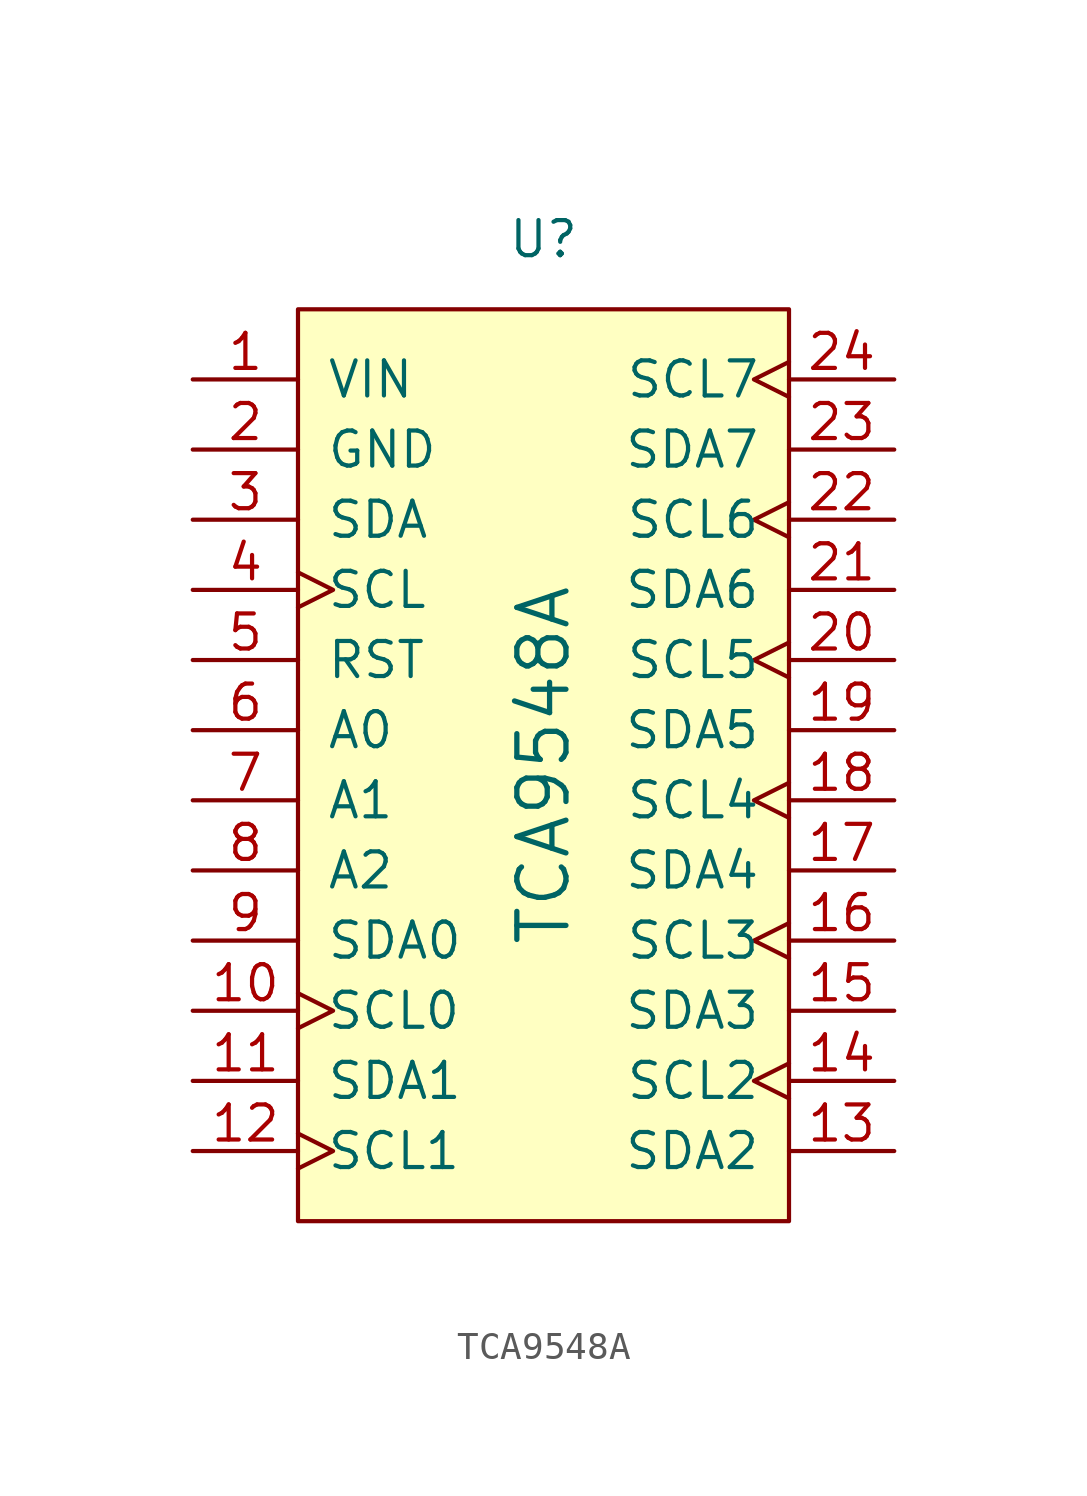
<source format=kicad_sym>
(kicad_symbol_lib
  (version 20231120)
  (generator "kicad_symbol_editor")
  (generator_version "8.0")
  (symbol "TCA9548A"
    (pin_names
      (offset 1.016))
    (property "Reference" "U"
      (at 0 19.05 0)
      (effects (font (size 1.27 1.27))))
    (property "Value" "TCA9548A"
      (at 0 0 90)
      (do_not_autoplace)
      (effects (font (size 1.778 1.778) (thickness 0.191))))
    (symbol "TCA9548A_0_0"
      (pin power_in line (at -12.7 13.97 0) (length 3.81) (name "VIN" (effects (font (size 1.27 1.27)))) (number "1" (effects (font (size 1.27 1.27)))))
      (pin output clock (at -12.7 -8.89 0) (length 3.81) (name "SCL0" (effects (font (size 1.27 1.27)))) (number "10" (effects (font (size 1.27 1.27)))))
      (pin bidirectional line (at -12.7 -11.43 0) (length 3.81) (name "SDA1" (effects (font (size 1.27 1.27)))) (number "11" (effects (font (size 1.27 1.27)))))
      (pin output clock (at -12.7 -13.97 0) (length 3.81) (name "SCL1" (effects (font (size 1.27 1.27)))) (number "12" (effects (font (size 1.27 1.27)))))
      (pin bidirectional line (at 12.7 -13.97 180) (length 3.81) (name "SDA2" (effects (font (size 1.27 1.27)))) (number "13" (effects (font (size 1.27 1.27)))))
      (pin output clock (at 12.7 -11.43 180) (length 3.81) (name "SCL2" (effects (font (size 1.27 1.27)))) (number "14" (effects (font (size 1.27 1.27)))))
      (pin bidirectional line (at 12.7 -8.89 180) (length 3.81) (name "SDA3" (effects (font (size 1.27 1.27)))) (number "15" (effects (font (size 1.27 1.27)))))
      (pin output clock (at 12.7 -6.35 180) (length 3.81) (name "SCL3" (effects (font (size 1.27 1.27)))) (number "16" (effects (font (size 1.27 1.27)))))
      (pin output clock (at 12.7 -1.27 180) (length 3.81) (name "SCL4" (effects (font (size 1.27 1.27)))) (number "18" (effects (font (size 1.27 1.27)))))
      (pin bidirectional line (at 12.7 1.27 180) (length 3.81) (name "SDA5" (effects (font (size 1.27 1.27)))) (number "19" (effects (font (size 1.27 1.27)))))
      (pin power_in line (at -12.7 11.43 0) (length 3.81) (name "GND" (effects (font (size 1.27 1.27)))) (number "2" (effects (font (size 1.27 1.27)))))
      (pin output clock (at 12.7 3.81 180) (length 3.81) (name "SCL5" (effects (font (size 1.27 1.27)))) (number "20" (effects (font (size 1.27 1.27)))))
      (pin bidirectional line (at 12.7 6.35 180) (length 3.81) (name "SDA6" (effects (font (size 1.27 1.27)))) (number "21" (effects (font (size 1.27 1.27)))))
      (pin output clock (at 12.7 8.89 180) (length 3.81) (name "SCL6" (effects (font (size 1.27 1.27)))) (number "22" (effects (font (size 1.27 1.27)))))
      (pin bidirectional line (at 12.7 11.43 180) (length 3.81) (name "SDA7" (effects (font (size 1.27 1.27)))) (number "23" (effects (font (size 1.27 1.27)))))
      (pin output clock (at 12.7 13.97 180) (length 3.81) (name "SCL7" (effects (font (size 1.27 1.27)))) (number "24" (effects (font (size 1.27 1.27)))))
      (pin bidirectional line (at -12.7 8.89 0) (length 3.81) (name "SDA" (effects (font (size 1.27 1.27)))) (number "3" (effects (font (size 1.27 1.27)))))
      (pin input clock (at -12.7 6.35 0) (length 3.81) (name "SCL" (effects (font (size 1.27 1.27)))) (number "4" (effects (font (size 1.27 1.27)))))
      (pin input line (at -12.7 3.81 0) (length 3.81) (name "RST" (effects (font (size 1.27 1.27)))) (number "5" (effects (font (size 1.27 1.27)))))
      (pin input line (at -12.7 1.27 0) (length 3.81) (name "A0" (effects (font (size 1.27 1.27)))) (number "6" (effects (font (size 1.27 1.27)))))
      (pin input line (at -12.7 -1.27 0) (length 3.81) (name "A1" (effects (font (size 1.27 1.27)))) (number "7" (effects (font (size 1.27 1.27)))))
      (pin input line (at -12.7 -3.81 0) (length 3.81) (name "A2" (effects (font (size 1.27 1.27)))) (number "8" (effects (font (size 1.27 1.27)))))
      (pin bidirectional line (at -12.7 -6.35 0) (length 3.81) (name "SDA0" (effects (font (size 1.27 1.27)))) (number "9" (effects (font (size 1.27 1.27))))))
    (symbol "TCA9548A_1_0"
      (pin bidirectional line (at 12.7 -3.81 180) (length 3.81) (name "SDA4" (effects (font (size 1.27 1.27)))) (number "17" (effects (font (size 1.27 1.27))))))
    (symbol "TCA9548A_1_1"
      (rectangle (start -8.89 16.51) (end 8.89 -16.51) (stroke (width 0) (type default)) (fill (type background))))))
</source>
